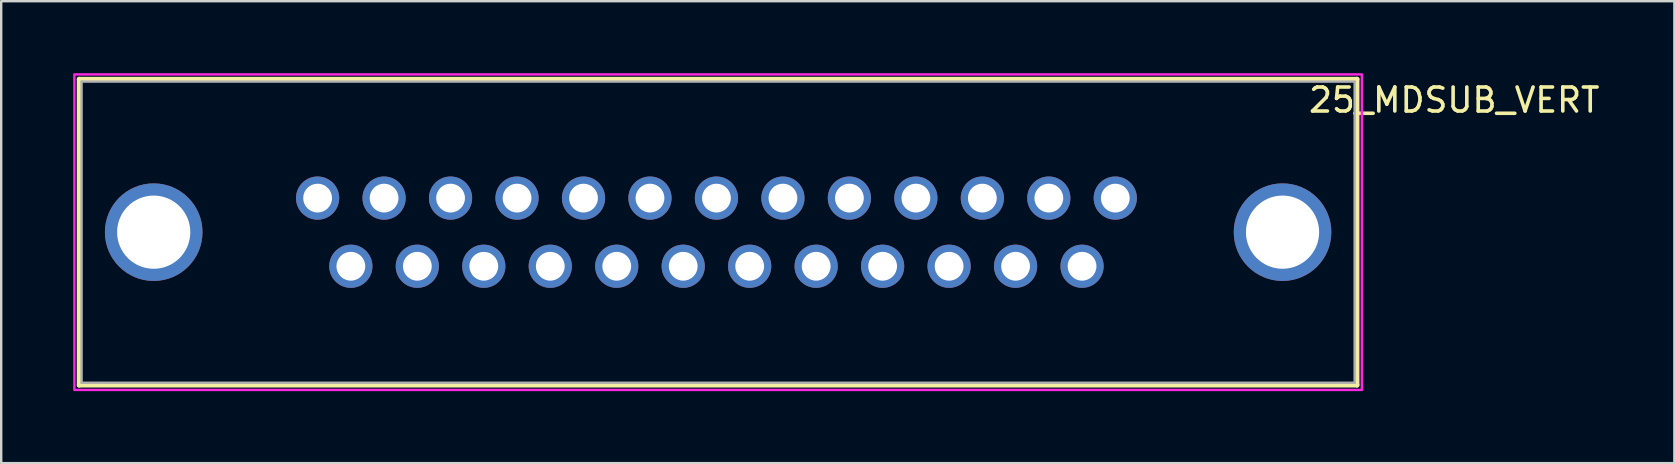
<source format=kicad_pcb>
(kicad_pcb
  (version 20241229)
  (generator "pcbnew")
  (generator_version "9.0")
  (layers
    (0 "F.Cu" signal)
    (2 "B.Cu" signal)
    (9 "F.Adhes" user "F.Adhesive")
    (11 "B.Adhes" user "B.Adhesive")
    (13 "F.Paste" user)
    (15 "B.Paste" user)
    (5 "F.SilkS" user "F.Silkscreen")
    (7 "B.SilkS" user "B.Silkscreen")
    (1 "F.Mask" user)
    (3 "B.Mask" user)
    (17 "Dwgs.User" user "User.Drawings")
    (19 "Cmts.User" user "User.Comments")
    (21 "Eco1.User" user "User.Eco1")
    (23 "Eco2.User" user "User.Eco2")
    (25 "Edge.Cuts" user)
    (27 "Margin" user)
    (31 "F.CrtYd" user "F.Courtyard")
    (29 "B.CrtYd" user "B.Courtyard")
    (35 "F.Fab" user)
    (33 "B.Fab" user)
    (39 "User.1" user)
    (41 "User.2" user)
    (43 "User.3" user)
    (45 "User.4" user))
  (footprint "25_MDSUB_VERT"
    (layer "F.Cu")
    (at 26.875 6.625)
    (property "Reference" "25_MDSUB_VERT" (at 30.675 -5.505 0) (layer "F.SilkS") (effects (font (size 1 1) (thickness 0.15))))
    (attr through_hole)
    (fp_line (start -26.625 -6.375) (end 26.625 -6.375) (stroke (width 0.2) (type solid)) (layer "F.SilkS"))
    (fp_line (start -26.625 6.375) (end -26.625 -6.375) (stroke (width 0.2) (type solid)) (layer "F.SilkS"))
    (fp_line (start 26.625 -6.375) (end 26.625 6.375) (stroke (width 0.2) (type solid)) (layer "F.SilkS"))
    (fp_line (start 26.625 6.375) (end -26.625 6.375) (stroke (width 0.2) (type solid)) (layer "F.SilkS"))
    (fp_poly (pts (xy -26.825 -6.575) (xy 26.825 -6.575) (xy 26.825 6.575) (xy -26.825 6.575)) (stroke (width 0.1) (type solid)) (fill no) (layer "F.CrtYd"))
    (fp_line (start -26.525 -6.275) (end 26.525 -6.275) (stroke (width 0.1) (type solid)) (layer "F.Fab"))
    (fp_line (start -26.525 6.275) (end -26.525 -6.275) (stroke (width 0.1) (type solid)) (layer "F.Fab"))
    (fp_line (start 26.525 -6.275) (end 26.525 6.275) (stroke (width 0.1) (type solid)) (layer "F.Fab"))
    (fp_line (start 26.525 6.275) (end -26.525 6.275) (stroke (width 0.1) (type solid)) (layer "F.Fab"))
    (pad "1" thru_hole circle (at -16.69 -1.42) (size 1.8 1.8) (drill 1.2) (layers "*.Cu" "*.Mask"))
    (pad "2" thru_hole circle (at -13.92 -1.42) (size 1.8 1.8) (drill 1.2) (layers "*.Cu" "*.Mask"))
    (pad "3" thru_hole circle (at -11.15 -1.42) (size 1.8 1.8) (drill 1.2) (layers "*.Cu" "*.Mask"))
    (pad "4" thru_hole circle (at -8.38 -1.42) (size 1.8 1.8) (drill 1.2) (layers "*.Cu" "*.Mask"))
    (pad "5" thru_hole circle (at -5.61 -1.42) (size 1.8 1.8) (drill 1.2) (layers "*.Cu" "*.Mask"))
    (pad "6" thru_hole circle (at -2.84 -1.42) (size 1.8 1.8) (drill 1.2) (layers "*.Cu" "*.Mask"))
    (pad "7" thru_hole circle (at -0.07 -1.42) (size 1.8 1.8) (drill 1.2) (layers "*.Cu" "*.Mask"))
    (pad "8" thru_hole circle (at 2.7 -1.42) (size 1.8 1.8) (drill 1.2) (layers "*.Cu" "*.Mask"))
    (pad "9" thru_hole circle (at 5.47 -1.42) (size 1.8 1.8) (drill 1.2) (layers "*.Cu" "*.Mask"))
    (pad "10" thru_hole circle (at 8.24 -1.42) (size 1.8 1.8) (drill 1.2) (layers "*.Cu" "*.Mask"))
    (pad "11" thru_hole circle (at 11.01 -1.42) (size 1.8 1.8) (drill 1.2) (layers "*.Cu" "*.Mask"))
    (pad "12" thru_hole circle (at 13.78 -1.42) (size 1.8 1.8) (drill 1.2) (layers "*.Cu" "*.Mask"))
    (pad "13" thru_hole circle (at 16.55 -1.42) (size 1.8 1.8) (drill 1.2) (layers "*.Cu" "*.Mask"))
    (pad "14" thru_hole circle (at -15.305 1.42) (size 1.8 1.8) (drill 1.2) (layers "*.Cu" "*.Mask"))
    (pad "15" thru_hole circle (at -12.535 1.42) (size 1.8 1.8) (drill 1.2) (layers "*.Cu" "*.Mask"))
    (pad "16" thru_hole circle (at -9.765 1.42) (size 1.8 1.8) (drill 1.2) (layers "*.Cu" "*.Mask"))
    (pad "17" thru_hole circle (at -6.995 1.42) (size 1.8 1.8) (drill 1.2) (layers "*.Cu" "*.Mask"))
    (pad "18" thru_hole circle (at -4.225 1.42) (size 1.8 1.8) (drill 1.2) (layers "*.Cu" "*.Mask"))
    (pad "19" thru_hole circle (at -1.455 1.42) (size 1.8 1.8) (drill 1.2) (layers "*.Cu" "*.Mask"))
    (pad "20" thru_hole circle (at 1.315 1.42) (size 1.8 1.8) (drill 1.2) (layers "*.Cu" "*.Mask"))
    (pad "21" thru_hole circle (at 4.085 1.42) (size 1.8 1.8) (drill 1.2) (layers "*.Cu" "*.Mask"))
    (pad "22" thru_hole circle (at 6.855 1.42) (size 1.8 1.8) (drill 1.2) (layers "*.Cu" "*.Mask"))
    (pad "23" thru_hole circle (at 9.625 1.42) (size 1.8 1.8) (drill 1.2) (layers "*.Cu" "*.Mask"))
    (pad "24" thru_hole circle (at 12.395 1.42) (size 1.8 1.8) (drill 1.2) (layers "*.Cu" "*.Mask"))
    (pad "25" thru_hole circle (at 15.165 1.42) (size 1.8 1.8) (drill 1.2) (layers "*.Cu" "*.Mask"))
    (pad "S1" thru_hole circle (at -23.52 0) (size 4.066 4.066) (drill 3.05) (layers "*.Cu" "*.Mask"))
    (pad "S2" thru_hole circle (at 23.52 0) (size 4.066 4.066) (drill 3.05) (layers "*.Cu" "*.Mask")))
  (gr_rect
    (start -3 -3)
    (end 66.723 16.25)
    (stroke (width 0.1) (type default))
    (fill no)
    (layer "Edge.Cuts")))
</source>
